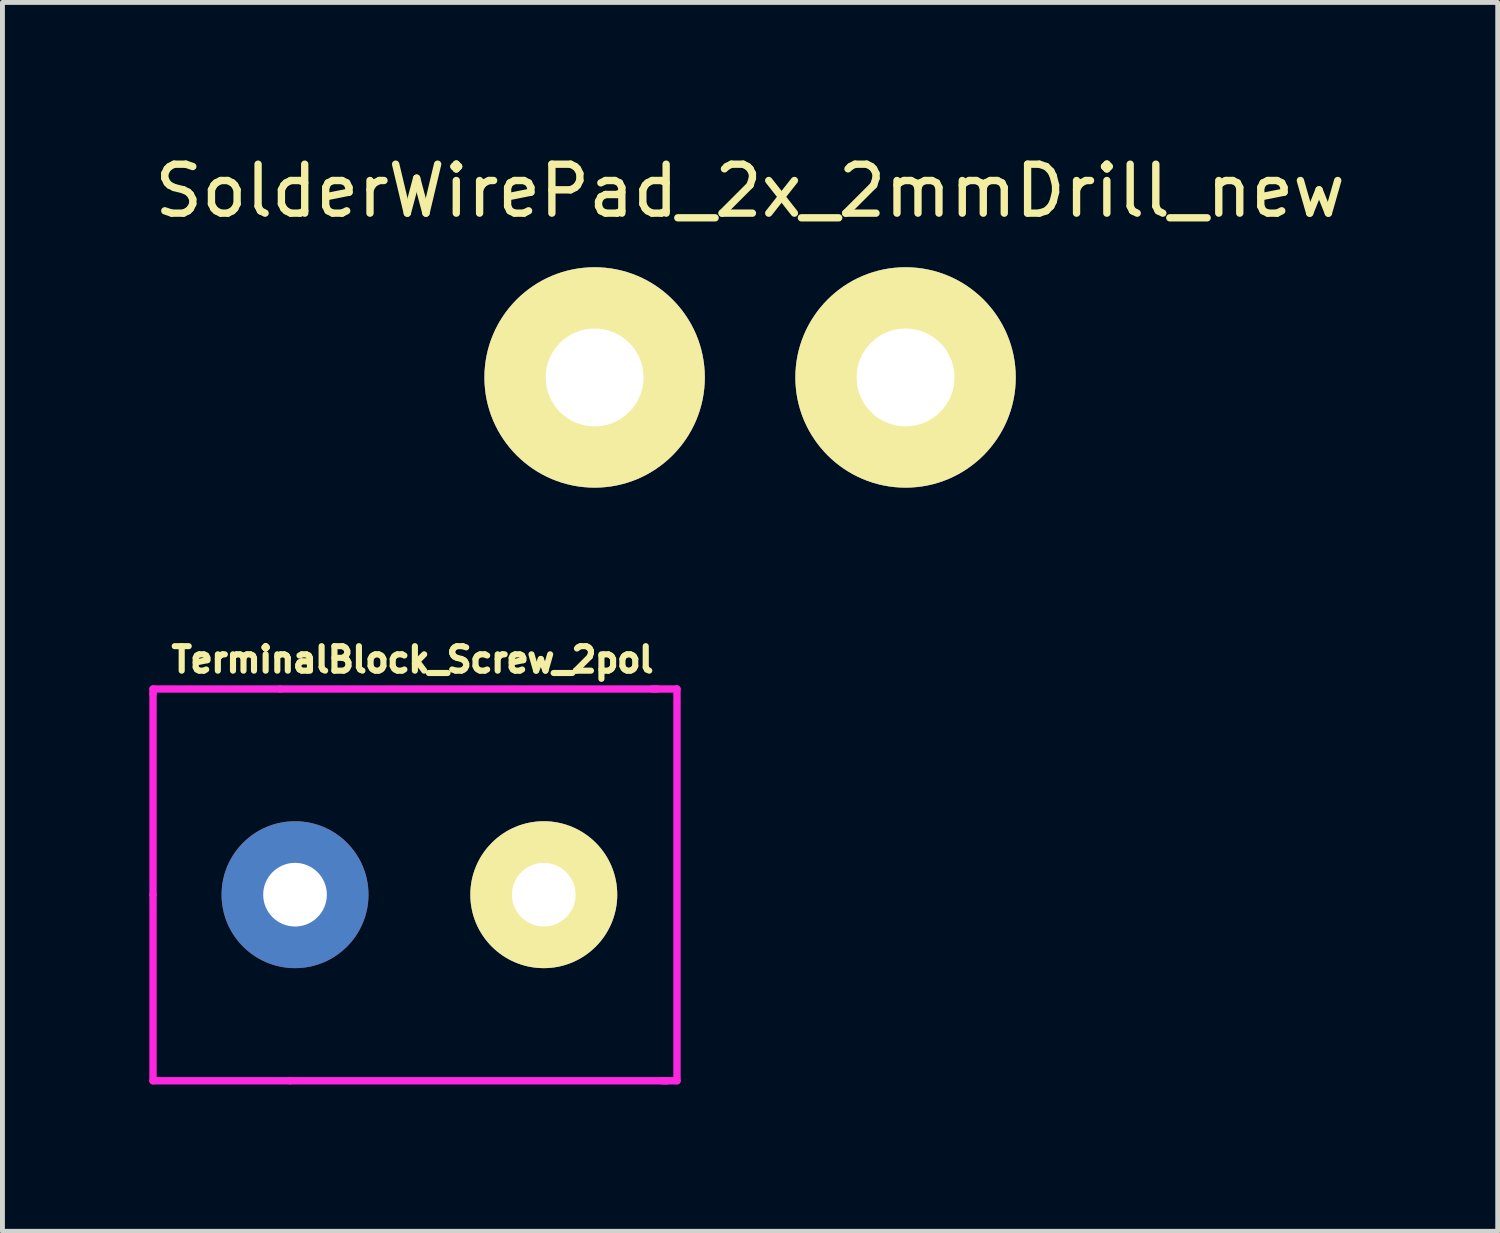
<source format=kicad_pcb>
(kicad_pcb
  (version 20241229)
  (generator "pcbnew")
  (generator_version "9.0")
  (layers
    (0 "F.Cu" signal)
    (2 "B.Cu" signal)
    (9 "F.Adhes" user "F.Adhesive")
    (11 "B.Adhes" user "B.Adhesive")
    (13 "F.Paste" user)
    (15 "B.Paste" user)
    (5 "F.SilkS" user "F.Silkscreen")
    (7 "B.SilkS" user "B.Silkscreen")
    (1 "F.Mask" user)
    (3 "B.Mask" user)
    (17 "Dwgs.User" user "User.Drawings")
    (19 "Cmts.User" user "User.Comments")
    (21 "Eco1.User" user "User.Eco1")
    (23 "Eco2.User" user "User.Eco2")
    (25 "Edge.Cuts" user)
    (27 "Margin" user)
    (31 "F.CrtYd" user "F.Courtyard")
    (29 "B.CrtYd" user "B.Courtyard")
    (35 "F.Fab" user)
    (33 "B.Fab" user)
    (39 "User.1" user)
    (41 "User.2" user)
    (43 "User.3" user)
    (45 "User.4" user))
  (footprint "TerminalBlock_Screw_2pol"
    (layer "F.Cu")
    (at 2.975 15.221)
    (property "Reference" "TerminalBlock_Screw_2pol" (at 2.4 -4.8 0) (layer "F.SilkS") (effects (font (size 0.5 0.5) (thickness 0.125))))
    (attr through_hole)
    (fp_line (start -2.9 -4.2) (end -0.3 -4.2) (stroke (width 0.15) (type solid)) (layer "F.CrtYd"))
    (fp_line (start -2.9 -4.1) (end -2.9 -4.2) (stroke (width 0.15) (type solid)) (layer "F.CrtYd"))
    (fp_line (start -2.9 0) (end -2.9 -4.1) (stroke (width 0.15) (type solid)) (layer "F.CrtYd"))
    (fp_line (start -2.9 0) (end -2.9 3.8) (stroke (width 0.15) (type solid)) (layer "F.CrtYd"))
    (fp_line (start -2.9 3.8) (end -0.1 3.8) (stroke (width 0.15) (type solid)) (layer "F.CrtYd"))
    (fp_line (start -0.3 -4.2) (end 7.4 -4.2) (stroke (width 0.15) (type solid)) (layer "F.CrtYd"))
    (fp_line (start -0.1 3.8) (end 7.6 3.8) (stroke (width 0.15) (type solid)) (layer "F.CrtYd"))
    (fp_line (start 7.8 -4.2) (end 7.3 -4.2) (stroke (width 0.15) (type solid)) (layer "F.CrtYd"))
    (fp_line (start 7.8 3.8) (end 7.5 3.8) (stroke (width 0.15) (type solid)) (layer "F.CrtYd"))
    (fp_line (start 7.8 3.8) (end 7.8 -4.2) (stroke (width 0.15) (type solid)) (layer "F.CrtYd"))
    (pad "1" thru_hole circle (at 0 0) (size 3 3) (drill 1.3) (layers "*.Cu" "*.Mask"))
    (pad "2" thru_hole circle (at 5.08 0) (size 3 3) (drill 1.3) (layers "*.Cu" "*.Mask" "F.SilkS")))
  (footprint "SolderWirePad_2x_2mmDrill_new"
    (layer "F.Cu")
    (at 12.268 4.658)
    (property "Reference" "SolderWirePad_2x_2mmDrill_new" (at 0 -3.81 0) (layer "F.SilkS") (effects (font (size 1 1) (thickness 0.15))))
    (attr through_hole)
    (pad "1" thru_hole circle (at -3.175 0) (size 4.501 4.501) (drill 1.999) (layers "*.Cu" "*.Mask" "F.SilkS"))
    (pad "2" thru_hole circle (at 3.175 0) (size 4.501 4.501) (drill 1.999) (layers "*.Cu" "*.Mask" "F.SilkS")))
  (gr_rect
    (start -3 -3)
    (end 27.536 22.096)
    (stroke (width 0.1) (type default))
    (fill no)
    (layer "Edge.Cuts")))
</source>
